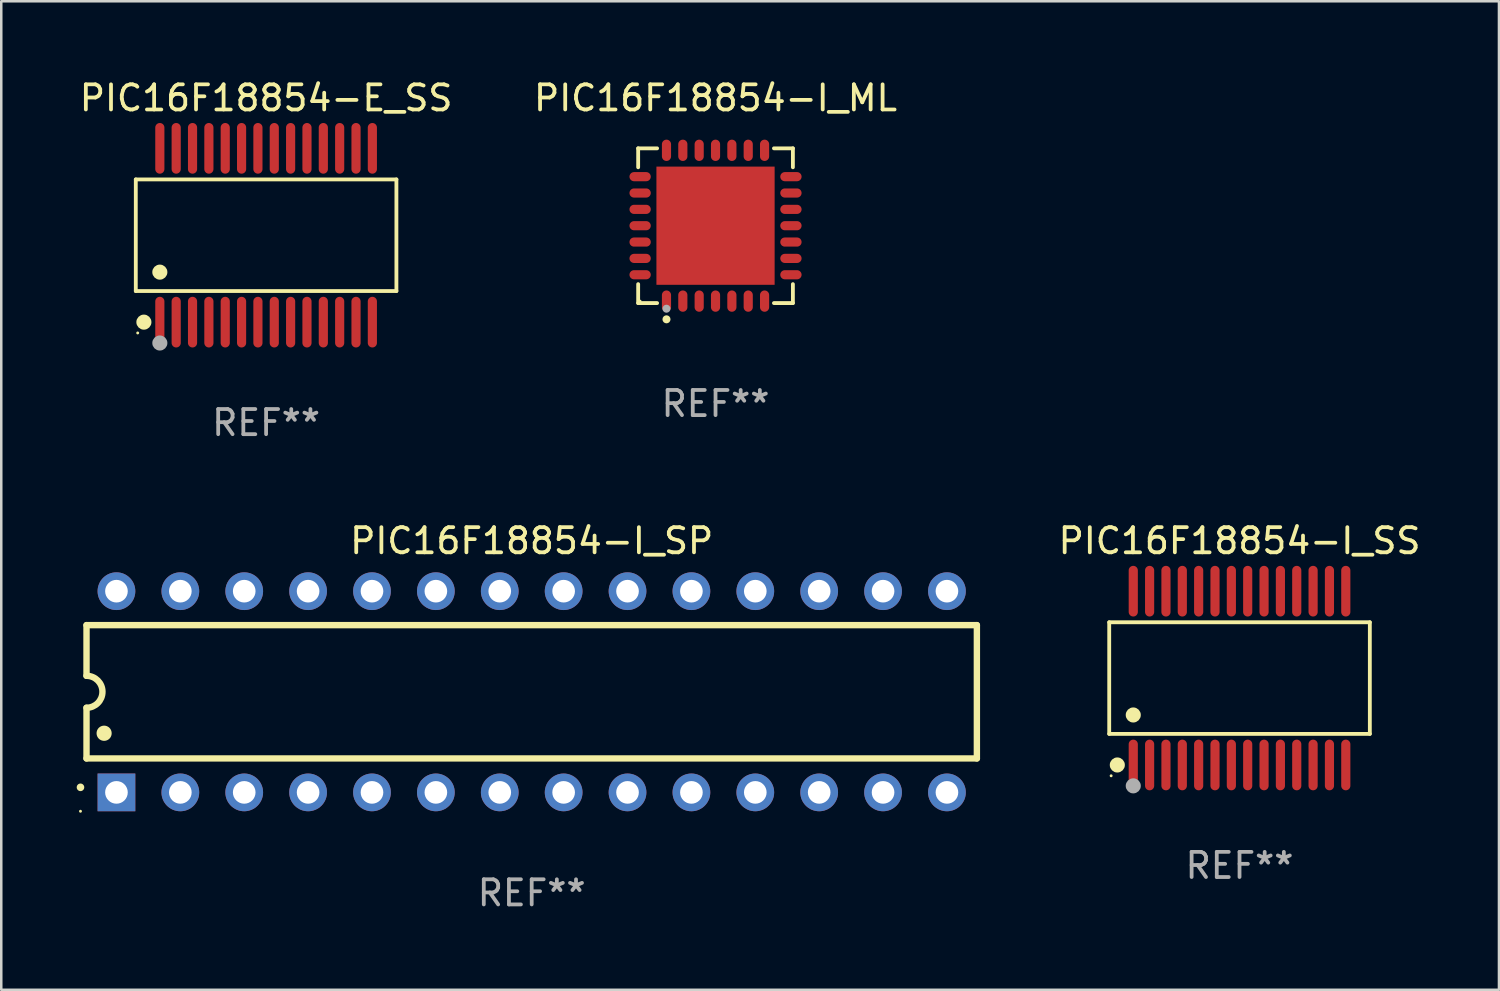
<source format=kicad_pcb>
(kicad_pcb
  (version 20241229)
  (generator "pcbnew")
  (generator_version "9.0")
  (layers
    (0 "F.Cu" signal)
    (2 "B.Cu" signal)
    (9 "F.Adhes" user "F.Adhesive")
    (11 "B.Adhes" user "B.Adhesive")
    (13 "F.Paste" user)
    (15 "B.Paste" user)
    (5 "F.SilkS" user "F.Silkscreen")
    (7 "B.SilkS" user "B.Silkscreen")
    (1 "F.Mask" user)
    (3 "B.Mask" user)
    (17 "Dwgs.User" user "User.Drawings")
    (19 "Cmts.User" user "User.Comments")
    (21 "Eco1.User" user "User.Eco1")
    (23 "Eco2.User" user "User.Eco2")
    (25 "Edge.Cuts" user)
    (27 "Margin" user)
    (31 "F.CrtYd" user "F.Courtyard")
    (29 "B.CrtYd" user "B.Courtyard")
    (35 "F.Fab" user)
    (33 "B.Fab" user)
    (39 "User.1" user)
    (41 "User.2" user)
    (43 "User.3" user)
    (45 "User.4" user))
  (footprint "PIC16F18854-I_ML"
    (layer "F.Cu")
    (at 25.399 5.924)
    (property "Reference" "PIC16F18854-I_ML" (at 0 -5.076 0) (layer "F.SilkS") (effects (font (size 1 1) (thickness 0.15))))
    (attr through_hole)
    (fp_line (start -3.076 -3.076) (end -2.323 -3.076) (stroke (width 0.152) (type solid)) (layer "F.SilkS"))
    (fp_line (start -3.076 -2.323) (end -3.076 -3.076) (stroke (width 0.152) (type solid)) (layer "F.SilkS"))
    (fp_line (start -3.076 2.323) (end -3.076 3.076) (stroke (width 0.152) (type solid)) (layer "F.SilkS"))
    (fp_line (start -3.076 3.076) (end -2.323 3.076) (stroke (width 0.152) (type solid)) (layer "F.SilkS"))
    (fp_line (start 3.076 -3.076) (end 2.323 -3.076) (stroke (width 0.152) (type solid)) (layer "F.SilkS"))
    (fp_line (start 3.076 -2.323) (end 3.076 -3.076) (stroke (width 0.152) (type solid)) (layer "F.SilkS"))
    (fp_line (start 3.076 2.323) (end 3.076 3.076) (stroke (width 0.152) (type solid)) (layer "F.SilkS"))
    (fp_line (start 3.076 3.076) (end 2.323 3.076) (stroke (width 0.152) (type solid)) (layer "F.SilkS"))
    (fp_circle (center -3 3) (end -2.97 3) (stroke (width 0.06) (type solid)) (fill no) (layer "F.SilkS"))
    (fp_circle (center -1.95 3.722) (end -1.87 3.722) (stroke (width 0.16) (type solid)) (fill no) (layer "F.SilkS"))
    (fp_circle (center -1.95 3.3) (end -1.87 3.3) (stroke (width 0.16) (type solid)) (fill no) (layer "F.Fab"))
    (fp_text user "REF**" (at 0 7.076 0) (layer "F.Fab") (effects (font (size 1 1) (thickness 0.15))))
    (pad "1" smd oval (at -1.95 2.998) (size 0.364 0.847) (layers "F.Cu" "F.Mask" "F.Paste"))
    (pad "2" smd oval (at -1.3 2.998) (size 0.364 0.847) (layers "F.Cu" "F.Mask" "F.Paste"))
    (pad "3" smd oval (at -0.65 2.998) (size 0.364 0.847) (layers "F.Cu" "F.Mask" "F.Paste"))
    (pad "4" smd oval (at 0 2.998) (size 0.364 0.847) (layers "F.Cu" "F.Mask" "F.Paste"))
    (pad "5" smd oval (at 0.65 2.998) (size 0.364 0.847) (layers "F.Cu" "F.Mask" "F.Paste"))
    (pad "6" smd oval (at 1.3 2.998) (size 0.364 0.847) (layers "F.Cu" "F.Mask" "F.Paste"))
    (pad "7" smd oval (at 1.95 2.998) (size 0.364 0.847) (layers "F.Cu" "F.Mask" "F.Paste"))
    (pad "8" smd oval (at 2.998 1.95) (size 0.847 0.364) (layers "F.Cu" "F.Mask" "F.Paste"))
    (pad "9" smd oval (at 2.998 1.3) (size 0.847 0.364) (layers "F.Cu" "F.Mask" "F.Paste"))
    (pad "10" smd oval (at 2.998 0.65) (size 0.847 0.364) (layers "F.Cu" "F.Mask" "F.Paste"))
    (pad "11" smd oval (at 2.998 0) (size 0.847 0.364) (layers "F.Cu" "F.Mask" "F.Paste"))
    (pad "12" smd oval (at 2.998 -0.65) (size 0.847 0.364) (layers "F.Cu" "F.Mask" "F.Paste"))
    (pad "13" smd oval (at 2.998 -1.3) (size 0.847 0.364) (layers "F.Cu" "F.Mask" "F.Paste"))
    (pad "14" smd oval (at 2.998 -1.95) (size 0.847 0.364) (layers "F.Cu" "F.Mask" "F.Paste"))
    (pad "15" smd oval (at 1.95 -2.998) (size 0.364 0.847) (layers "F.Cu" "F.Mask" "F.Paste"))
    (pad "16" smd oval (at 1.3 -2.998) (size 0.364 0.847) (layers "F.Cu" "F.Mask" "F.Paste"))
    (pad "17" smd oval (at 0.65 -2.998) (size 0.364 0.847) (layers "F.Cu" "F.Mask" "F.Paste"))
    (pad "18" smd oval (at 0 -2.998) (size 0.364 0.847) (layers "F.Cu" "F.Mask" "F.Paste"))
    (pad "19" smd oval (at -0.65 -2.998) (size 0.364 0.847) (layers "F.Cu" "F.Mask" "F.Paste"))
    (pad "20" smd oval (at -1.3 -2.998) (size 0.364 0.847) (layers "F.Cu" "F.Mask" "F.Paste"))
    (pad "21" smd oval (at -1.95 -2.998) (size 0.364 0.847) (layers "F.Cu" "F.Mask" "F.Paste"))
    (pad "22" smd oval (at -2.998 -1.95) (size 0.847 0.364) (layers "F.Cu" "F.Mask" "F.Paste"))
    (pad "23" smd oval (at -2.998 -1.3) (size 0.847 0.364) (layers "F.Cu" "F.Mask" "F.Paste"))
    (pad "24" smd oval (at -2.998 -0.65) (size 0.847 0.364) (layers "F.Cu" "F.Mask" "F.Paste"))
    (pad "25" smd oval (at -2.998 0) (size 0.847 0.364) (layers "F.Cu" "F.Mask" "F.Paste"))
    (pad "26" smd oval (at -2.998 0.65) (size 0.847 0.364) (layers "F.Cu" "F.Mask" "F.Paste"))
    (pad "27" smd oval (at -2.998 1.3) (size 0.847 0.364) (layers "F.Cu" "F.Mask" "F.Paste"))
    (pad "28" smd oval (at -2.998 1.95) (size 0.847 0.364) (layers "F.Cu" "F.Mask" "F.Paste"))
    (pad "29" smd rect (at 0 0) (size 4.7 4.7) (layers "F.Cu" "F.Mask" "F.Paste")))
  (footprint "PIC16F18854-I_SP"
    (layer "F.Cu")
    (at 18.09 24.455)
    (property "Reference" "PIC16F18854-I_SP" (at 0 -6 0) (layer "F.SilkS") (effects (font (size 1 1) (thickness 0.15))))
    (attr through_hole)
    (fp_line (start -17.7 -2.65) (end 17.7 -2.65) (stroke (width 0.254) (type solid)) (layer "F.SilkS"))
    (fp_line (start -17.7 -0.635) (end -17.7 -2.65) (stroke (width 0.254) (type solid)) (layer "F.SilkS"))
    (fp_line (start -17.7 2.65) (end -17.7 0.635) (stroke (width 0.254) (type solid)) (layer "F.SilkS"))
    (fp_line (start 17.7 -2.65) (end 17.7 2.65) (stroke (width 0.254) (type solid)) (layer "F.SilkS"))
    (fp_line (start 17.7 2.65) (end -17.7 2.65) (stroke (width 0.254) (type solid)) (layer "F.SilkS"))
    (fp_arc (start -17.940056 3.799848) (mid -17.940061 3.798578) (end -17.940056 3.797308) (stroke (width 0.3) (type solid)) (layer "F.SilkS"))
    (fp_arc (start -17.701295 -0.635001) (mid -17.066294 0) (end -17.701295 0.635001) (stroke (width 0.254001) (type solid)) (layer "F.SilkS"))
    (fp_arc (start -17.000254 1.651003) (mid -17.000265 1.648463) (end -17.000254 1.645923) (stroke (width 0.6) (type solid)) (layer "F.SilkS"))
    (fp_circle (center -17.94 4.75) (end -17.91 4.75) (stroke (width 0.06) (type solid)) (fill no) (layer "F.SilkS"))
    (fp_text user "REF**" (at 0 8 0) (layer "F.Fab") (effects (font (size 1 1) (thickness 0.15))))
    (pad "1" thru_hole rect (at -16.51 4 90) (size 1.5 1.5) (drill 0.9) (layers "*.Cu" "*.Mask"))
    (pad "2" thru_hole circle (at -13.97 4) (size 1.5 1.5) (drill 0.9) (layers "*.Cu" "*.Mask"))
    (pad "3" thru_hole circle (at -11.43 4) (size 1.5 1.5) (drill 0.9) (layers "*.Cu" "*.Mask"))
    (pad "4" thru_hole circle (at -8.89 4) (size 1.5 1.5) (drill 0.9) (layers "*.Cu" "*.Mask"))
    (pad "5" thru_hole circle (at -6.35 4) (size 1.5 1.5) (drill 0.9) (layers "*.Cu" "*.Mask"))
    (pad "6" thru_hole circle (at -3.81 4) (size 1.5 1.5) (drill 0.9) (layers "*.Cu" "*.Mask"))
    (pad "7" thru_hole circle (at -1.27 4) (size 1.5 1.5) (drill 0.9) (layers "*.Cu" "*.Mask"))
    (pad "8" thru_hole circle (at 1.27 4) (size 1.5 1.5) (drill 0.9) (layers "*.Cu" "*.Mask"))
    (pad "9" thru_hole circle (at 3.81 4) (size 1.5 1.5) (drill 0.9) (layers "*.Cu" "*.Mask"))
    (pad "10" thru_hole circle (at 6.35 4) (size 1.5 1.5) (drill 0.9) (layers "*.Cu" "*.Mask"))
    (pad "11" thru_hole circle (at 8.89 4) (size 1.5 1.5) (drill 0.9) (layers "*.Cu" "*.Mask"))
    (pad "12" thru_hole circle (at 11.43 4) (size 1.5 1.5) (drill 0.9) (layers "*.Cu" "*.Mask"))
    (pad "13" thru_hole circle (at 13.97 4) (size 1.5 1.5) (drill 0.9) (layers "*.Cu" "*.Mask"))
    (pad "14" thru_hole circle (at 16.51 4) (size 1.5 1.5) (drill 0.9) (layers "*.Cu" "*.Mask"))
    (pad "15" thru_hole circle (at 16.51 -4) (size 1.5 1.5) (drill 0.9) (layers "*.Cu" "*.Mask"))
    (pad "16" thru_hole circle (at 13.97 -4) (size 1.5 1.5) (drill 0.9) (layers "*.Cu" "*.Mask"))
    (pad "17" thru_hole circle (at 11.43 -4) (size 1.5 1.5) (drill 0.9) (layers "*.Cu" "*.Mask"))
    (pad "18" thru_hole circle (at 8.89 -4) (size 1.5 1.5) (drill 0.9) (layers "*.Cu" "*.Mask"))
    (pad "19" thru_hole circle (at 6.35 -4) (size 1.5 1.5) (drill 0.9) (layers "*.Cu" "*.Mask"))
    (pad "20" thru_hole circle (at 3.81 -4) (size 1.5 1.5) (drill 0.9) (layers "*.Cu" "*.Mask"))
    (pad "21" thru_hole circle (at 1.27 -4) (size 1.5 1.5) (drill 0.9) (layers "*.Cu" "*.Mask"))
    (pad "22" thru_hole circle (at -1.27 -4) (size 1.5 1.5) (drill 0.9) (layers "*.Cu" "*.Mask"))
    (pad "23" thru_hole circle (at -3.81 -4) (size 1.5 1.5) (drill 0.9) (layers "*.Cu" "*.Mask"))
    (pad "24" thru_hole circle (at -6.35 -4) (size 1.5 1.5) (drill 0.9) (layers "*.Cu" "*.Mask"))
    (pad "25" thru_hole circle (at -8.89 -4) (size 1.5 1.5) (drill 0.9) (layers "*.Cu" "*.Mask"))
    (pad "26" thru_hole circle (at -11.43 -4) (size 1.5 1.5) (drill 0.9) (layers "*.Cu" "*.Mask"))
    (pad "27" thru_hole circle (at -13.97 -4) (size 1.5 1.5) (drill 0.9) (layers "*.Cu" "*.Mask"))
    (pad "28" thru_hole circle (at -16.51 -4) (size 1.5 1.5) (drill 0.9) (layers "*.Cu" "*.Mask")))
  (footprint "PIC16F18854-I_SS"
    (layer "F.Cu")
    (at 46.233 23.91)
    (property "Reference" "PIC16F18854-I_SS" (at 0 -5.455 0) (layer "F.SilkS") (effects (font (size 1 1) (thickness 0.15))))
    (attr through_hole)
    (fp_line (start -5.181 -2.219) (end 5.181 -2.219) (stroke (width 0.152) (type solid)) (layer "F.SilkS"))
    (fp_line (start -5.181 2.219) (end -5.181 -2.219) (stroke (width 0.152) (type solid)) (layer "F.SilkS"))
    (fp_line (start 5.181 -2.219) (end 5.181 2.219) (stroke (width 0.152) (type solid)) (layer "F.SilkS"))
    (fp_line (start 5.181 2.219) (end -5.181 2.219) (stroke (width 0.152) (type solid)) (layer "F.SilkS"))
    (fp_circle (center -5.105 3.885) (end -5.075 3.885) (stroke (width 0.06) (type solid)) (fill no) (layer "F.SilkS"))
    (fp_circle (center -4.859 3.455) (end -4.709 3.455) (stroke (width 0.3) (type solid)) (fill no) (layer "F.SilkS"))
    (fp_circle (center -4.225 1.467) (end -4.075 1.467) (stroke (width 0.3) (type solid)) (fill no) (layer "F.SilkS"))
    (fp_circle (center -4.225 4.285) (end -4.075 4.285) (stroke (width 0.3) (type solid)) (fill no) (layer "F.Fab"))
    (fp_text user "REF**" (at 0 7.455 0) (layer "F.Fab") (effects (font (size 1 1) (thickness 0.15))))
    (pad "1" smd oval (at -4.225 3.455) (size 0.364 2.015) (layers "F.Cu" "F.Mask" "F.Paste"))
    (pad "2" smd oval (at -3.575 3.455) (size 0.364 2.015) (layers "F.Cu" "F.Mask" "F.Paste"))
    (pad "3" smd oval (at -2.925 3.455) (size 0.364 2.015) (layers "F.Cu" "F.Mask" "F.Paste"))
    (pad "4" smd oval (at -2.275 3.455) (size 0.364 2.015) (layers "F.Cu" "F.Mask" "F.Paste"))
    (pad "5" smd oval (at -1.625 3.455) (size 0.364 2.015) (layers "F.Cu" "F.Mask" "F.Paste"))
    (pad "6" smd oval (at -0.975 3.455) (size 0.364 2.015) (layers "F.Cu" "F.Mask" "F.Paste"))
    (pad "7" smd oval (at -0.325 3.455) (size 0.364 2.015) (layers "F.Cu" "F.Mask" "F.Paste"))
    (pad "8" smd oval (at 0.325 3.455) (size 0.364 2.015) (layers "F.Cu" "F.Mask" "F.Paste"))
    (pad "9" smd oval (at 0.975 3.455) (size 0.364 2.015) (layers "F.Cu" "F.Mask" "F.Paste"))
    (pad "10" smd oval (at 1.625 3.455) (size 0.364 2.015) (layers "F.Cu" "F.Mask" "F.Paste"))
    (pad "11" smd oval (at 2.275 3.455) (size 0.364 2.015) (layers "F.Cu" "F.Mask" "F.Paste"))
    (pad "12" smd oval (at 2.925 3.455) (size 0.364 2.015) (layers "F.Cu" "F.Mask" "F.Paste"))
    (pad "13" smd oval (at 3.575 3.455) (size 0.364 2.015) (layers "F.Cu" "F.Mask" "F.Paste"))
    (pad "14" smd oval (at 4.225 3.455) (size 0.364 2.015) (layers "F.Cu" "F.Mask" "F.Paste"))
    (pad "15" smd oval (at 4.225 -3.455) (size 0.364 2.015) (layers "F.Cu" "F.Mask" "F.Paste"))
    (pad "16" smd oval (at 3.575 -3.455) (size 0.364 2.015) (layers "F.Cu" "F.Mask" "F.Paste"))
    (pad "17" smd oval (at 2.925 -3.455) (size 0.364 2.015) (layers "F.Cu" "F.Mask" "F.Paste"))
    (pad "18" smd oval (at 2.275 -3.455) (size 0.364 2.015) (layers "F.Cu" "F.Mask" "F.Paste"))
    (pad "19" smd oval (at 1.625 -3.455) (size 0.364 2.015) (layers "F.Cu" "F.Mask" "F.Paste"))
    (pad "20" smd oval (at 0.975 -3.455) (size 0.364 2.015) (layers "F.Cu" "F.Mask" "F.Paste"))
    (pad "21" smd oval (at 0.325 -3.455) (size 0.364 2.015) (layers "F.Cu" "F.Mask" "F.Paste"))
    (pad "22" smd oval (at -0.325 -3.455) (size 0.364 2.015) (layers "F.Cu" "F.Mask" "F.Paste"))
    (pad "23" smd oval (at -0.975 -3.455) (size 0.364 2.015) (layers "F.Cu" "F.Mask" "F.Paste"))
    (pad "24" smd oval (at -1.625 -3.455) (size 0.364 2.015) (layers "F.Cu" "F.Mask" "F.Paste"))
    (pad "25" smd oval (at -2.275 -3.455) (size 0.364 2.015) (layers "F.Cu" "F.Mask" "F.Paste"))
    (pad "26" smd oval (at -2.925 -3.455) (size 0.364 2.015) (layers "F.Cu" "F.Mask" "F.Paste"))
    (pad "27" smd oval (at -3.575 -3.455) (size 0.364 2.015) (layers "F.Cu" "F.Mask" "F.Paste"))
    (pad "28" smd oval (at -4.225 -3.455) (size 0.364 2.015) (layers "F.Cu" "F.Mask" "F.Paste")))
  (footprint "PIC16F18854-E_SS"
    (layer "F.Cu")
    (at 7.53 6.303)
    (property "Reference" "PIC16F18854-E_SS" (at 0 -5.455 0) (layer "F.SilkS") (effects (font (size 1 1) (thickness 0.15))))
    (attr through_hole)
    (fp_line (start -5.181 -2.219) (end 5.181 -2.219) (stroke (width 0.152) (type solid)) (layer "F.SilkS"))
    (fp_line (start -5.181 2.219) (end -5.181 -2.219) (stroke (width 0.152) (type solid)) (layer "F.SilkS"))
    (fp_line (start 5.181 -2.219) (end 5.181 2.219) (stroke (width 0.152) (type solid)) (layer "F.SilkS"))
    (fp_line (start 5.181 2.219) (end -5.181 2.219) (stroke (width 0.152) (type solid)) (layer "F.SilkS"))
    (fp_circle (center -5.105 3.885) (end -5.075 3.885) (stroke (width 0.06) (type solid)) (fill no) (layer "F.SilkS"))
    (fp_circle (center -4.859 3.455) (end -4.709 3.455) (stroke (width 0.3) (type solid)) (fill no) (layer "F.SilkS"))
    (fp_circle (center -4.225 1.467) (end -4.075 1.467) (stroke (width 0.3) (type solid)) (fill no) (layer "F.SilkS"))
    (fp_circle (center -4.225 4.285) (end -4.075 4.285) (stroke (width 0.3) (type solid)) (fill no) (layer "F.Fab"))
    (fp_text user "REF**" (at 0 7.455 0) (layer "F.Fab") (effects (font (size 1 1) (thickness 0.15))))
    (pad "1" smd oval (at -4.225 3.455) (size 0.364 2.015) (layers "F.Cu" "F.Mask" "F.Paste"))
    (pad "2" smd oval (at -3.575 3.455) (size 0.364 2.015) (layers "F.Cu" "F.Mask" "F.Paste"))
    (pad "3" smd oval (at -2.925 3.455) (size 0.364 2.015) (layers "F.Cu" "F.Mask" "F.Paste"))
    (pad "4" smd oval (at -2.275 3.455) (size 0.364 2.015) (layers "F.Cu" "F.Mask" "F.Paste"))
    (pad "5" smd oval (at -1.625 3.455) (size 0.364 2.015) (layers "F.Cu" "F.Mask" "F.Paste"))
    (pad "6" smd oval (at -0.975 3.455) (size 0.364 2.015) (layers "F.Cu" "F.Mask" "F.Paste"))
    (pad "7" smd oval (at -0.325 3.455) (size 0.364 2.015) (layers "F.Cu" "F.Mask" "F.Paste"))
    (pad "8" smd oval (at 0.325 3.455) (size 0.364 2.015) (layers "F.Cu" "F.Mask" "F.Paste"))
    (pad "9" smd oval (at 0.975 3.455) (size 0.364 2.015) (layers "F.Cu" "F.Mask" "F.Paste"))
    (pad "10" smd oval (at 1.625 3.455) (size 0.364 2.015) (layers "F.Cu" "F.Mask" "F.Paste"))
    (pad "11" smd oval (at 2.275 3.455) (size 0.364 2.015) (layers "F.Cu" "F.Mask" "F.Paste"))
    (pad "12" smd oval (at 2.925 3.455) (size 0.364 2.015) (layers "F.Cu" "F.Mask" "F.Paste"))
    (pad "13" smd oval (at 3.575 3.455) (size 0.364 2.015) (layers "F.Cu" "F.Mask" "F.Paste"))
    (pad "14" smd oval (at 4.225 3.455) (size 0.364 2.015) (layers "F.Cu" "F.Mask" "F.Paste"))
    (pad "15" smd oval (at 4.225 -3.455) (size 0.364 2.015) (layers "F.Cu" "F.Mask" "F.Paste"))
    (pad "16" smd oval (at 3.575 -3.455) (size 0.364 2.015) (layers "F.Cu" "F.Mask" "F.Paste"))
    (pad "17" smd oval (at 2.925 -3.455) (size 0.364 2.015) (layers "F.Cu" "F.Mask" "F.Paste"))
    (pad "18" smd oval (at 2.275 -3.455) (size 0.364 2.015) (layers "F.Cu" "F.Mask" "F.Paste"))
    (pad "19" smd oval (at 1.625 -3.455) (size 0.364 2.015) (layers "F.Cu" "F.Mask" "F.Paste"))
    (pad "20" smd oval (at 0.975 -3.455) (size 0.364 2.015) (layers "F.Cu" "F.Mask" "F.Paste"))
    (pad "21" smd oval (at 0.325 -3.455) (size 0.364 2.015) (layers "F.Cu" "F.Mask" "F.Paste"))
    (pad "22" smd oval (at -0.325 -3.455) (size 0.364 2.015) (layers "F.Cu" "F.Mask" "F.Paste"))
    (pad "23" smd oval (at -0.975 -3.455) (size 0.364 2.015) (layers "F.Cu" "F.Mask" "F.Paste"))
    (pad "24" smd oval (at -1.625 -3.455) (size 0.364 2.015) (layers "F.Cu" "F.Mask" "F.Paste"))
    (pad "25" smd oval (at -2.275 -3.455) (size 0.364 2.015) (layers "F.Cu" "F.Mask" "F.Paste"))
    (pad "26" smd oval (at -2.925 -3.455) (size 0.364 2.015) (layers "F.Cu" "F.Mask" "F.Paste"))
    (pad "27" smd oval (at -3.575 -3.455) (size 0.364 2.015) (layers "F.Cu" "F.Mask" "F.Paste"))
    (pad "28" smd oval (at -4.225 -3.455) (size 0.364 2.015) (layers "F.Cu" "F.Mask" "F.Paste")))
  (gr_rect
    (start -3 -3)
    (end 56.548 36.303)
    (stroke (width 0.1) (type default))
    (fill no)
    (layer "Edge.Cuts")))
</source>
